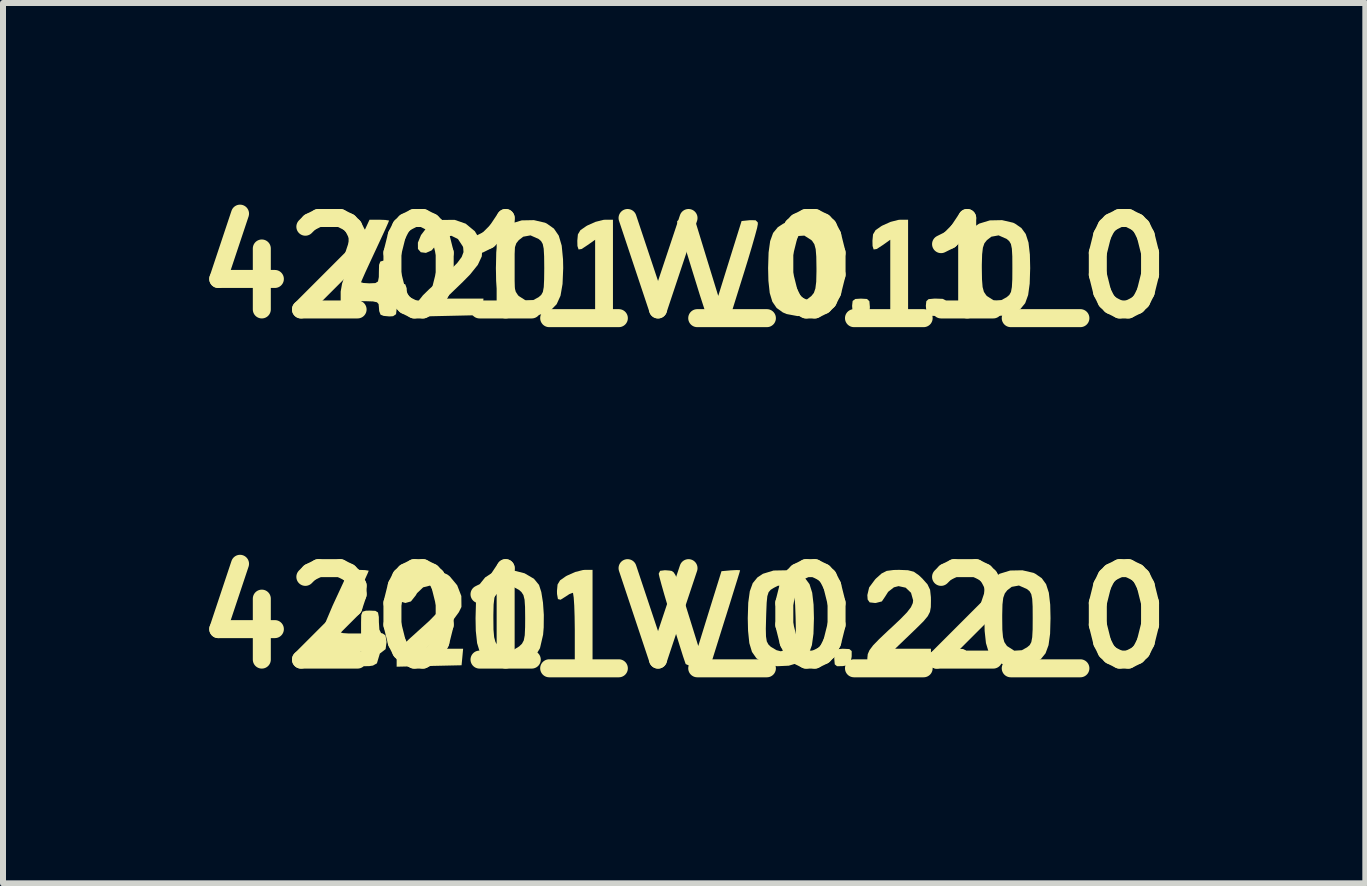
<source format=kicad_pcb>
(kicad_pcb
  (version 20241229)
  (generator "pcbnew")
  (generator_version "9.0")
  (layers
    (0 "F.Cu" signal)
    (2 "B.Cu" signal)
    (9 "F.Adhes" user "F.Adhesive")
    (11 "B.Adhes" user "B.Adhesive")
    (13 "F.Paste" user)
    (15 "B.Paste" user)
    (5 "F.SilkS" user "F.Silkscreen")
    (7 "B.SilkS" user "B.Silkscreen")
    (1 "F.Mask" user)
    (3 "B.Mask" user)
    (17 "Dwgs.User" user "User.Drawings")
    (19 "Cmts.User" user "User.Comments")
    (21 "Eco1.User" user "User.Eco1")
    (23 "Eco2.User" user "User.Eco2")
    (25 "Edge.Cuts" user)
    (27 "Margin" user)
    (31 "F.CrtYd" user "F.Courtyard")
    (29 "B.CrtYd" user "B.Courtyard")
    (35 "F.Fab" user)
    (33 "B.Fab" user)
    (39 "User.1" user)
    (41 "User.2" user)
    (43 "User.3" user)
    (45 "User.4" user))
  (footprint "4201_V_0_1_0"
    (layer "F.Cu")
    (at 8.353 1.418)
    (property "Reference" "4201_V_0_1_0" (at 0 0 0) (layer "F.SilkS") (effects (font (size 1.524 1.524) (thickness 0.3))))
    (attr board_only exclude_from_pos_files exclude_from_bom)
    (fp_poly (pts (xy 3.047 0.515) (xy 3.087 0.552) (xy 3.095 0.646) (xy 3.095 0.657) (xy 3.088 0.757) (xy 3.052 0.798) (xy 2.975 0.806) (xy 2.878 0.797) (xy 2.827 0.777) (xy 2.806 0.718) (xy 2.799 0.629) (xy 2.808 0.548) (xy 2.852 0.515) (xy 2.947 0.509)) (stroke (width 0) (type solid)) (fill yes) (layer "F.SilkS"))
    (fp_poly (pts (xy 4.31 0.513) (xy 4.357 0.537) (xy 4.364 0.602) (xy 4.36 0.647) (xy 4.339 0.744) (xy 4.284 0.786) (xy 4.218 0.797) (xy 4.117 0.797) (xy 4.059 0.779) (xy 4.036 0.718) (xy 4.028 0.629) (xy 4.036 0.552) (xy 4.073 0.518) (xy 4.166 0.509) (xy 4.201 0.509)) (stroke (width 0) (type solid)) (fill yes) (layer "F.SilkS"))
    (fp_poly (pts (xy -1.187 0.806) (xy -1.484 0.806) (xy -1.484 -0.472) (xy -1.607 -0.385) (xy -1.709 -0.318) (xy -1.76 -0.31) (xy -1.779 -0.368) (xy -1.781 -0.456) (xy -1.771 -0.562) (xy -1.729 -0.632) (xy -1.632 -0.699) (xy -1.613 -0.71) (xy -1.479 -0.77) (xy -1.349 -0.803) (xy -1.317 -0.806) (xy -1.187 -0.806)) (stroke (width 0) (type solid)) (fill yes) (layer "F.SilkS"))
    (fp_poly (pts (xy 3.732 0.806) (xy 3.435 0.806) (xy 3.435 -0.472) (xy 3.312 -0.385) (xy 3.21 -0.318) (xy 3.158 -0.31) (xy 3.14 -0.368) (xy 3.138 -0.456) (xy 3.148 -0.562) (xy 3.19 -0.632) (xy 3.286 -0.699) (xy 3.306 -0.71) (xy 3.44 -0.77) (xy 3.57 -0.803) (xy 3.602 -0.806) (xy 3.732 -0.806)) (stroke (width 0) (type solid)) (fill yes) (layer "F.SilkS"))
    (fp_poly (pts (xy 0.023 -0.798) (xy 0.185 -0.784) (xy 0.376 -0.16) (xy 0.568 0.464) (xy 0.762 -0.16) (xy 0.957 -0.784) (xy 1.093 -0.798) (xy 1.19 -0.797) (xy 1.226 -0.763) (xy 1.228 -0.734) (xy 1.216 -0.67) (xy 1.181 -0.54) (xy 1.129 -0.358) (xy 1.064 -0.14) (xy 1.001 0.064) (xy 0.776 0.784) (xy 0.582 0.797) (xy 0.463 0.798) (xy 0.384 0.785) (xy 0.37 0.776) (xy 0.351 0.726) (xy 0.313 0.609) (xy 0.258 0.439) (xy 0.193 0.229) (xy 0.134 0.039) (xy 0.062 -0.196) (xy -0.004 -0.406) (xy -0.058 -0.578) (xy -0.095 -0.694) (xy -0.11 -0.737) (xy -0.117 -0.785) (xy -0.076 -0.802)) (stroke (width 0) (type solid)) (fill yes) (layer "F.SilkS"))
    (fp_poly (pts (xy -3.641 -0.74) (xy -3.489 -0.614) (xy -3.407 -0.478) (xy -3.365 -0.332) (xy -3.373 -0.195) (xy -3.439 -0.054) (xy -3.567 0.106) (xy -3.689 0.23) (xy -3.978 0.509) (xy -3.345 0.509) (xy -3.358 0.647) (xy -3.371 0.784) (xy -4.452 0.808) (xy -4.452 0.668) (xy -4.445 0.599) (xy -4.416 0.532) (xy -4.354 0.454) (xy -4.248 0.35) (xy -4.095 0.212) (xy -3.909 0.043) (xy -3.782 -0.085) (xy -3.708 -0.185) (xy -3.678 -0.266) (xy -3.683 -0.341) (xy -3.69 -0.362) (xy -3.77 -0.484) (xy -3.879 -0.538) (xy -3.997 -0.521) (xy -4.102 -0.433) (xy -4.135 -0.381) (xy -4.21 -0.294) (xy -4.304 -0.253) (xy -4.39 -0.264) (xy -4.437 -0.319) (xy -4.438 -0.424) (xy -4.386 -0.55) (xy -4.297 -0.667) (xy -4.223 -0.726) (xy -4.027 -0.802) (xy -3.826 -0.804)) (stroke (width 0) (type solid)) (fill yes) (layer "F.SilkS"))
    (fp_poly (pts (xy -2.319 -0.756) (xy -2.288 -0.741) (xy -2.171 -0.658) (xy -2.09 -0.54) (xy -2.041 -0.374) (xy -2.019 -0.146) (xy -2.016 0) (xy -2.027 0.265) (xy -2.061 0.461) (xy -2.125 0.602) (xy -2.223 0.702) (xy -2.288 0.741) (xy -2.454 0.791) (xy -2.649 0.8) (xy -2.83 0.766) (xy -2.894 0.739) (xy -2.996 0.665) (xy -3.068 0.561) (xy -3.112 0.415) (xy -3.133 0.211) (xy -3.138 0) (xy -2.841 0) (xy -2.838 0.19) (xy -2.828 0.316) (xy -2.806 0.397) (xy -2.769 0.453) (xy -2.756 0.466) (xy -2.639 0.541) (xy -2.514 0.533) (xy -2.426 0.485) (xy -2.383 0.448) (xy -2.355 0.398) (xy -2.34 0.316) (xy -2.334 0.186) (xy -2.332 0) (xy -2.334 -0.194) (xy -2.341 -0.322) (xy -2.357 -0.401) (xy -2.385 -0.45) (xy -2.426 -0.485) (xy -2.561 -0.545) (xy -2.682 -0.523) (xy -2.756 -0.466) (xy -2.798 -0.413) (xy -2.823 -0.34) (xy -2.837 -0.228) (xy -2.841 -0.056) (xy -2.841 0) (xy -3.138 0) (xy -3.13 -0.259) (xy -3.104 -0.449) (xy -3.055 -0.585) (xy -2.977 -0.68) (xy -2.885 -0.741) (xy -2.708 -0.795) (xy -2.504 -0.799)) (stroke (width 0) (type solid)) (fill yes) (layer "F.SilkS"))
    (fp_poly (pts (xy 2.218 -0.756) (xy 2.249 -0.741) (xy 2.355 -0.668) (xy 2.428 -0.568) (xy 2.473 -0.425) (xy 2.496 -0.226) (xy 2.502 0) (xy 2.494 0.259) (xy 2.468 0.449) (xy 2.419 0.585) (xy 2.341 0.68) (xy 2.249 0.741) (xy 2.083 0.791) (xy 1.888 0.8) (xy 1.707 0.766) (xy 1.644 0.739) (xy 1.541 0.665) (xy 1.47 0.561) (xy 1.426 0.415) (xy 1.404 0.211) (xy 1.399 0) (xy 1.696 0) (xy 1.698 0.194) (xy 1.705 0.322) (xy 1.721 0.401) (xy 1.749 0.45) (xy 1.79 0.485) (xy 1.925 0.545) (xy 2.046 0.523) (xy 2.12 0.466) (xy 2.162 0.413) (xy 2.187 0.34) (xy 2.201 0.228) (xy 2.205 0.056) (xy 2.205 0) (xy 2.202 -0.19) (xy 2.192 -0.316) (xy 2.17 -0.397) (xy 2.133 -0.453) (xy 2.12 -0.466) (xy 2.003 -0.541) (xy 1.878 -0.533) (xy 1.79 -0.485) (xy 1.747 -0.448) (xy 1.719 -0.398) (xy 1.704 -0.316) (xy 1.698 -0.186) (xy 1.696 0) (xy 1.399 0) (xy 1.407 -0.259) (xy 1.433 -0.449) (xy 1.482 -0.585) (xy 1.56 -0.68) (xy 1.652 -0.741) (xy 1.83 -0.795) (xy 2.033 -0.799)) (stroke (width 0) (type solid)) (fill yes) (layer "F.SilkS"))
    (fp_poly (pts (xy 5.483 -0.756) (xy 5.514 -0.741) (xy 5.62 -0.668) (xy 5.693 -0.568) (xy 5.739 -0.425) (xy 5.762 -0.226) (xy 5.767 0) (xy 5.759 0.259) (xy 5.733 0.449) (xy 5.684 0.585) (xy 5.606 0.68) (xy 5.514 0.741) (xy 5.348 0.791) (xy 5.153 0.8) (xy 4.972 0.766) (xy 4.909 0.739) (xy 4.806 0.665) (xy 4.735 0.561) (xy 4.691 0.415) (xy 4.669 0.211) (xy 4.664 0) (xy 4.961 0) (xy 4.964 0.19) (xy 4.974 0.316) (xy 4.996 0.397) (xy 5.034 0.453) (xy 5.046 0.466) (xy 5.163 0.541) (xy 5.288 0.533) (xy 5.376 0.485) (xy 5.419 0.448) (xy 5.447 0.398) (xy 5.462 0.316) (xy 5.469 0.186) (xy 5.47 0) (xy 5.469 -0.194) (xy 5.462 -0.322) (xy 5.446 -0.401) (xy 5.417 -0.45) (xy 5.376 -0.485) (xy 5.241 -0.545) (xy 5.12 -0.523) (xy 5.046 -0.466) (xy 5.004 -0.413) (xy 4.979 -0.34) (xy 4.966 -0.228) (xy 4.961 -0.056) (xy 4.961 0) (xy 4.664 0) (xy 4.672 -0.259) (xy 4.698 -0.449) (xy 4.747 -0.585) (xy 4.825 -0.68) (xy 4.917 -0.741) (xy 5.095 -0.795) (xy 5.298 -0.799)) (stroke (width 0) (type solid)) (fill yes) (layer "F.SilkS"))
    (fp_poly (pts (xy -4.978 -0.802) (xy -4.922 -0.793) (xy -4.919 -0.79) (xy -4.936 -0.748) (xy -4.982 -0.644) (xy -5.052 -0.493) (xy -5.137 -0.31) (xy -5.152 -0.278) (xy -5.239 -0.091) (xy -5.312 0.067) (xy -5.362 0.18) (xy -5.385 0.234) (xy -5.385 0.237) (xy -5.348 0.248) (xy -5.256 0.254) (xy -5.237 0.254) (xy -5.146 0.25) (xy -5.103 0.223) (xy -5.089 0.149) (xy -5.088 0.064) (xy -5.085 -0.054) (xy -5.064 -0.109) (xy -5.006 -0.126) (xy -4.94 -0.127) (xy -4.849 -0.123) (xy -4.806 -0.096) (xy -4.793 -0.021) (xy -4.792 0.064) (xy -4.786 0.183) (xy -4.763 0.239) (xy -4.713 0.254) (xy -4.707 0.254) (xy -4.648 0.271) (xy -4.625 0.336) (xy -4.622 0.403) (xy -4.632 0.505) (xy -4.669 0.546) (xy -4.707 0.551) (xy -4.769 0.571) (xy -4.791 0.646) (xy -4.792 0.678) (xy -4.802 0.769) (xy -4.851 0.802) (xy -4.912 0.806) (xy -5.009 0.797) (xy -5.06 0.777) (xy -5.083 0.717) (xy -5.088 0.65) (xy -5.093 0.6) (xy -5.12 0.57) (xy -5.186 0.556) (xy -5.309 0.552) (xy -5.407 0.551) (xy -5.725 0.551) (xy -5.725 0.392) (xy -5.702 0.26) (xy -5.634 0.059) (xy -5.521 -0.208) (xy -5.485 -0.286) (xy -5.244 -0.806) (xy -5.081 -0.806)) (stroke (width 0) (type solid)) (fill yes) (layer "F.SilkS")))
  (footprint "4201_V_0_2_0"
    (layer "F.Cu")
    (at 8.353 7.254)
    (property "Reference" "4201_V_0_2_0" (at 0 0 0) (layer "F.SilkS") (effects (font (size 1.524 1.524) (thickness 0.3))))
    (attr board_only exclude_from_pos_files exclude_from_bom)
    (fp_poly (pts (xy 2.753 0.514) (xy 2.792 0.547) (xy 2.792 0.63) (xy 2.791 0.647) (xy 2.77 0.744) (xy 2.715 0.786) (xy 2.64 0.798) (xy 2.548 0.8) (xy 2.51 0.769) (xy 2.502 0.679) (xy 2.502 0.66) (xy 2.508 0.559) (xy 2.544 0.518) (xy 2.635 0.509) (xy 2.653 0.509)) (stroke (width 0) (type solid)) (fill yes) (layer "F.SilkS"))
    (fp_poly (pts (xy 4.649 0.513) (xy 4.696 0.537) (xy 4.703 0.602) (xy 4.699 0.647) (xy 4.678 0.744) (xy 4.623 0.786) (xy 4.557 0.797) (xy 4.456 0.797) (xy 4.398 0.779) (xy 4.376 0.718) (xy 4.368 0.629) (xy 4.375 0.552) (xy 4.413 0.518) (xy 4.505 0.509) (xy 4.54 0.509)) (stroke (width 0) (type solid)) (fill yes) (layer "F.SilkS"))
    (fp_poly (pts (xy -1.527 0.806) (xy -1.823 0.806) (xy -1.823 0.191) (xy -1.826 -0.027) (xy -1.832 -0.21) (xy -1.841 -0.345) (xy -1.852 -0.417) (xy -1.858 -0.424) (xy -1.915 -0.401) (xy -1.974 -0.362) (xy -2.06 -0.308) (xy -2.104 -0.319) (xy -2.119 -0.404) (xy -2.12 -0.456) (xy -2.11 -0.562) (xy -2.068 -0.632) (xy -1.972 -0.699) (xy -1.952 -0.71) (xy -1.818 -0.77) (xy -1.688 -0.803) (xy -1.656 -0.806) (xy -1.527 -0.806)) (stroke (width 0) (type solid)) (fill yes) (layer "F.SilkS"))
    (fp_poly (pts (xy 0.93 -0.8) (xy 0.932 -0.798) (xy 0.92 -0.755) (xy 0.886 -0.644) (xy 0.834 -0.477) (xy 0.769 -0.267) (xy 0.694 -0.027) (xy 0.685 0) (xy 0.44 0.784) (xy 0.241 0.797) (xy 0.096 0.795) (xy 0.027 0.765) (xy 0.022 0.755) (xy -0.02 0.631) (xy -0.074 0.459) (xy -0.137 0.256) (xy -0.204 0.036) (xy -0.269 -0.184) (xy -0.329 -0.387) (xy -0.378 -0.559) (xy -0.411 -0.682) (xy -0.424 -0.741) (xy -0.424 -0.742) (xy -0.401 -0.79) (xy -0.322 -0.8) (xy -0.289 -0.798) (xy -0.243 -0.794) (xy -0.207 -0.788) (xy -0.177 -0.767) (xy -0.147 -0.722) (xy -0.113 -0.642) (xy -0.07 -0.517) (xy -0.013 -0.335) (xy 0.064 -0.087) (xy 0.094 0.009) (xy 0.235 0.463) (xy 0.428 -0.161) (xy 0.622 -0.784) (xy 0.777 -0.798) (xy 0.878 -0.803)) (stroke (width 0) (type solid)) (fill yes) (layer "F.SilkS"))
    (fp_poly (pts (xy -4.122 -0.798) (xy -3.951 -0.731) (xy -3.907 -0.698) (xy -3.783 -0.549) (xy -3.714 -0.37) (xy -3.712 -0.192) (xy -3.714 -0.184) (xy -3.755 -0.101) (xy -3.843 0.02) (xy -3.961 0.158) (xy -4.022 0.223) (xy -4.302 0.509) (xy -3.684 0.509) (xy -3.697 0.647) (xy -3.71 0.784) (xy -4.792 0.808) (xy -4.792 0.668) (xy -4.784 0.599) (xy -4.755 0.532) (xy -4.693 0.454) (xy -4.587 0.35) (xy -4.434 0.212) (xy -4.245 0.041) (xy -4.117 -0.091) (xy -4.041 -0.195) (xy -4.012 -0.281) (xy -4.02 -0.362) (xy -4.036 -0.402) (xy -4.12 -0.508) (xy -4.232 -0.545) (xy -4.35 -0.515) (xy -4.452 -0.418) (xy -4.475 -0.379) (xy -4.554 -0.28) (xy -4.646 -0.254) (xy -4.745 -0.283) (xy -4.781 -0.366) (xy -4.753 -0.5) (xy -4.747 -0.515) (xy -4.645 -0.658) (xy -4.492 -0.757) (xy -4.31 -0.805)) (stroke (width 0) (type solid)) (fill yes) (layer "F.SilkS"))
    (fp_poly (pts (xy 3.73 -0.8) (xy 3.827 -0.775) (xy 3.912 -0.716) (xy 3.969 -0.662) (xy 4.056 -0.564) (xy 4.099 -0.473) (xy 4.112 -0.351) (xy 4.113 -0.291) (xy 4.111 -0.185) (xy 4.097 -0.106) (xy 4.06 -0.034) (xy 3.989 0.051) (xy 3.872 0.167) (xy 3.815 0.222) (xy 3.516 0.509) (xy 4.113 0.509) (xy 4.113 0.806) (xy 3.053 0.806) (xy 3.053 0.665) (xy 3.06 0.598) (xy 3.089 0.532) (xy 3.149 0.452) (xy 3.251 0.347) (xy 3.405 0.201) (xy 3.435 0.174) (xy 3.602 0.017) (xy 3.714 -0.098) (xy 3.78 -0.184) (xy 3.811 -0.253) (xy 3.816 -0.299) (xy 3.781 -0.424) (xy 3.692 -0.509) (xy 3.573 -0.535) (xy 3.496 -0.515) (xy 3.4 -0.44) (xy 3.35 -0.361) (xy 3.295 -0.28) (xy 3.197 -0.255) (xy 3.181 -0.254) (xy 3.092 -0.264) (xy 3.058 -0.312) (xy 3.053 -0.386) (xy 3.083 -0.513) (xy 3.181 -0.645) (xy 3.197 -0.662) (xy 3.291 -0.746) (xy 3.376 -0.789) (xy 3.49 -0.804) (xy 3.583 -0.806)) (stroke (width 0) (type solid)) (fill yes) (layer "F.SilkS"))
    (fp_poly (pts (xy -5.317 -0.802) (xy -5.261 -0.793) (xy -5.258 -0.79) (xy -5.275 -0.748) (xy -5.322 -0.644) (xy -5.391 -0.493) (xy -5.476 -0.31) (xy -5.491 -0.278) (xy -5.579 -0.091) (xy -5.651 0.067) (xy -5.702 0.18) (xy -5.724 0.234) (xy -5.725 0.237) (xy -5.687 0.248) (xy -5.593 0.254) (xy -5.555 0.254) (xy -5.385 0.254) (xy -5.385 0.064) (xy -5.382 -0.054) (xy -5.361 -0.109) (xy -5.303 -0.126) (xy -5.237 -0.127) (xy -5.146 -0.123) (xy -5.103 -0.096) (xy -5.089 -0.021) (xy -5.088 0.064) (xy -5.08 0.189) (xy -5.052 0.247) (xy -5.025 0.254) (xy -4.978 0.287) (xy -4.961 0.389) (xy -4.961 0.403) (xy -4.976 0.515) (xy -5.022 0.551) (xy -5.072 0.589) (xy -5.096 0.668) (xy -5.121 0.752) (xy -5.187 0.789) (xy -5.247 0.798) (xy -5.342 0.8) (xy -5.379 0.765) (xy -5.385 0.681) (xy -5.385 0.551) (xy -6.064 0.551) (xy -6.064 0.392) (xy -6.042 0.26) (xy -5.973 0.059) (xy -5.86 -0.208) (xy -5.824 -0.286) (xy -5.583 -0.806) (xy -5.421 -0.806)) (stroke (width 0) (type solid)) (fill yes) (layer "F.SilkS"))
    (fp_poly (pts (xy -2.66 -0.749) (xy -2.504 -0.658) (xy -2.419 -0.555) (xy -2.381 -0.436) (xy -2.353 -0.26) (xy -2.339 -0.055) (xy -2.341 0.153) (xy -2.351 0.274) (xy -2.403 0.499) (xy -2.496 0.655) (xy -2.641 0.749) (xy -2.844 0.791) (xy -2.867 0.793) (xy -3.08 0.788) (xy -3.228 0.744) (xy -3.233 0.742) (xy -3.336 0.665) (xy -3.407 0.561) (xy -3.451 0.415) (xy -3.473 0.211) (xy -3.477 0) (xy -3.18 0) (xy -3.178 0.19) (xy -3.167 0.316) (xy -3.145 0.397) (xy -3.108 0.453) (xy -3.095 0.466) (xy -2.977 0.541) (xy -2.851 0.532) (xy -2.75 0.47) (xy -2.703 0.425) (xy -2.673 0.369) (xy -2.657 0.284) (xy -2.651 0.148) (xy -2.65 0) (xy -2.652 -0.186) (xy -2.66 -0.308) (xy -2.679 -0.385) (xy -2.712 -0.436) (xy -2.75 -0.47) (xy -2.884 -0.542) (xy -3.007 -0.53) (xy -3.095 -0.466) (xy -3.137 -0.413) (xy -3.163 -0.34) (xy -3.176 -0.228) (xy -3.18 -0.056) (xy -3.18 0) (xy -3.477 0) (xy -3.47 -0.259) (xy -3.444 -0.449) (xy -3.394 -0.585) (xy -3.317 -0.68) (xy -3.224 -0.741) (xy -3.044 -0.797) (xy -2.848 -0.797)) (stroke (width 0) (type solid)) (fill yes) (layer "F.SilkS"))
    (fp_poly (pts (xy 5.823 -0.756) (xy 5.853 -0.741) (xy 5.959 -0.668) (xy 6.032 -0.568) (xy 6.078 -0.425) (xy 6.101 -0.226) (xy 6.106 0) (xy 6.099 0.259) (xy 6.073 0.449) (xy 6.023 0.585) (xy 5.946 0.68) (xy 5.853 0.741) (xy 5.687 0.791) (xy 5.493 0.8) (xy 5.311 0.766) (xy 5.248 0.739) (xy 5.145 0.665) (xy 5.074 0.561) (xy 5.03 0.415) (xy 5.008 0.211) (xy 5.004 0) (xy 5.301 0) (xy 5.303 0.19) (xy 5.314 0.316) (xy 5.336 0.397) (xy 5.373 0.453) (xy 5.385 0.466) (xy 5.502 0.541) (xy 5.628 0.533) (xy 5.715 0.485) (xy 5.759 0.448) (xy 5.786 0.398) (xy 5.801 0.316) (xy 5.808 0.186) (xy 5.809 0) (xy 5.808 -0.194) (xy 5.801 -0.322) (xy 5.785 -0.401) (xy 5.757 -0.45) (xy 5.715 -0.485) (xy 5.58 -0.545) (xy 5.459 -0.523) (xy 5.385 -0.466) (xy 5.344 -0.413) (xy 5.318 -0.34) (xy 5.305 -0.228) (xy 5.301 -0.056) (xy 5.301 0) (xy 5.004 0) (xy 5.011 -0.259) (xy 5.037 -0.449) (xy 5.087 -0.585) (xy 5.164 -0.68) (xy 5.257 -0.741) (xy 5.434 -0.795) (xy 5.637 -0.799)) (stroke (width 0) (type solid)) (fill yes) (layer "F.SilkS"))
    (fp_poly (pts (xy 1.879 -0.756) (xy 1.91 -0.741) (xy 2.015 -0.668) (xy 2.089 -0.568) (xy 2.134 -0.425) (xy 2.157 -0.226) (xy 2.163 0) (xy 2.155 0.259) (xy 2.129 0.449) (xy 2.08 0.585) (xy 2.002 0.68) (xy 1.91 0.741) (xy 1.744 0.791) (xy 1.549 0.8) (xy 1.368 0.766) (xy 1.304 0.739) (xy 1.202 0.665) (xy 1.13 0.561) (xy 1.086 0.415) (xy 1.065 0.211) (xy 1.064 0.176) (xy 1.361 0.176) (xy 1.364 0.304) (xy 1.377 0.386) (xy 1.404 0.437) (xy 1.445 0.477) (xy 1.54 0.533) (xy 1.611 0.551) (xy 1.7 0.526) (xy 1.778 0.477) (xy 1.82 0.436) (xy 1.846 0.384) (xy 1.858 0.302) (xy 1.861 0.172) (xy 1.857 -0.02) (xy 1.85 -0.213) (xy 1.841 -0.339) (xy 1.823 -0.416) (xy 1.794 -0.463) (xy 1.747 -0.497) (xy 1.728 -0.507) (xy 1.636 -0.549) (xy 1.56 -0.54) (xy 1.495 -0.507) (xy 1.442 -0.474) (xy 1.407 -0.433) (xy 1.386 -0.367) (xy 1.375 -0.258) (xy 1.368 -0.088) (xy 1.366 -0.02) (xy 1.361 0.176) (xy 1.064 0.176) (xy 1.06 0) (xy 1.068 -0.259) (xy 1.094 -0.449) (xy 1.143 -0.585) (xy 1.221 -0.68) (xy 1.313 -0.741) (xy 1.49 -0.795) (xy 1.693 -0.799)) (stroke (width 0) (type solid)) (fill yes) (layer "F.SilkS")))
  (gr_rect
    (start -3 -3)
    (end 19.706 11.672)
    (stroke (width 0.1) (type default))
    (fill no)
    (layer "Edge.Cuts")))
</source>
